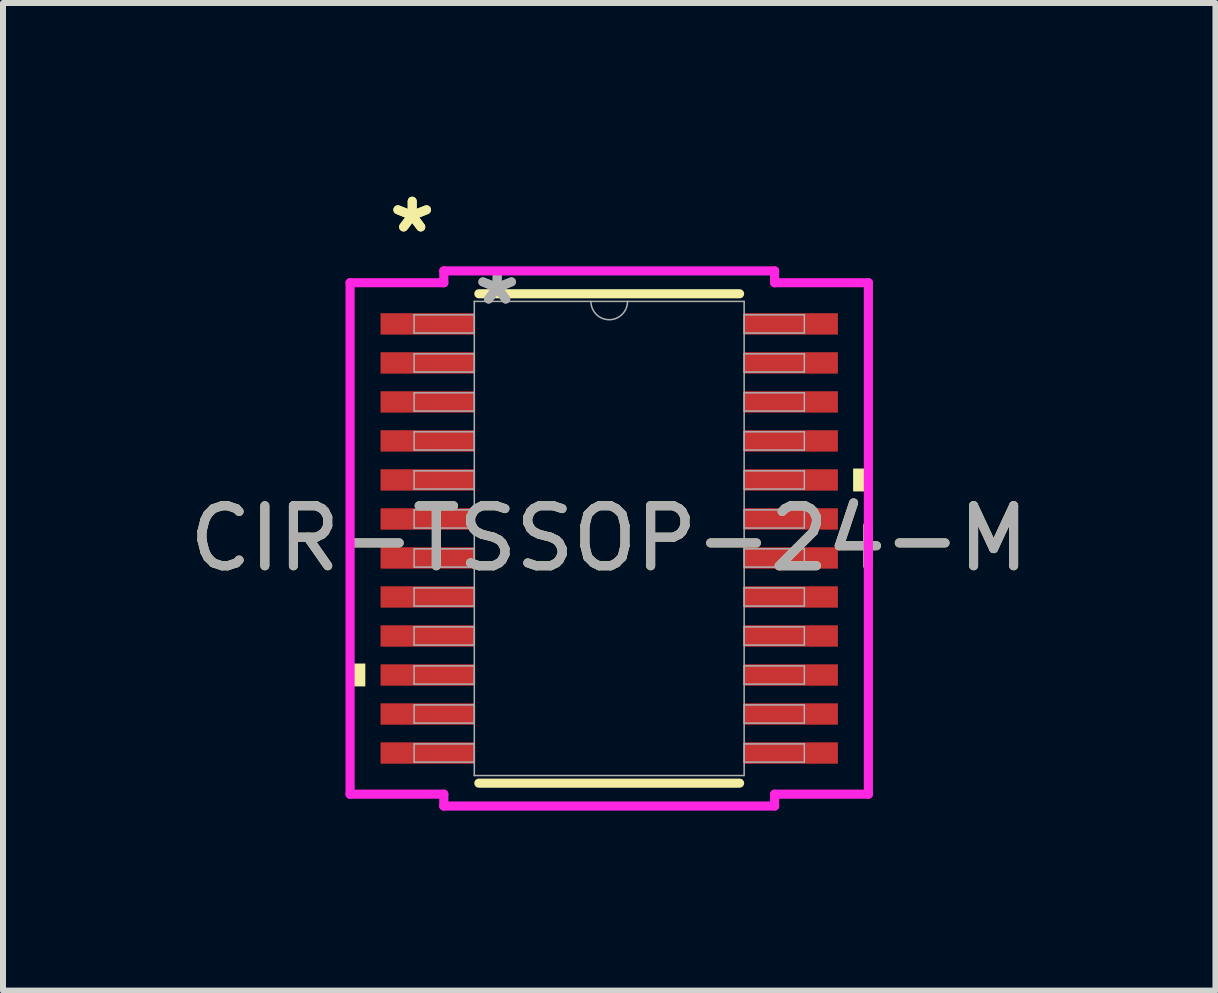
<source format=kicad_pcb>
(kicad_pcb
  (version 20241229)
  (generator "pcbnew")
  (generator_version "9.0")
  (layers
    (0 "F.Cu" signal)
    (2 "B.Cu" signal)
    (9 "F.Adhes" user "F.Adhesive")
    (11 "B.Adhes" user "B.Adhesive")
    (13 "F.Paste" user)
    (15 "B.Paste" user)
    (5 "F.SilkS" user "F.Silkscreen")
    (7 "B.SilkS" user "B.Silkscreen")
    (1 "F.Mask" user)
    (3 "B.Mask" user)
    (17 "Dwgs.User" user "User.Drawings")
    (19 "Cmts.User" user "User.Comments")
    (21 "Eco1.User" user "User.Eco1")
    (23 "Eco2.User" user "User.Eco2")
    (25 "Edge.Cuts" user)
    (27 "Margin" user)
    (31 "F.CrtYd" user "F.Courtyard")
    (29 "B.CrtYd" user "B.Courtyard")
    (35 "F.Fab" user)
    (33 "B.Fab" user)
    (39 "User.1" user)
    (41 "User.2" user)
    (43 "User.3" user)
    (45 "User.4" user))
  (footprint "CIR-TSSOP-24-M"
    (layer "F.Cu")
    (at 7.101 5.922)
    (property "Reference" "CIR-TSSOP-24-M" (at 0 0 0) (unlocked yes) (layer "F.SilkS") (effects (font (size 1 1) (thickness 0.15))))
    (attr smd)
    (fp_line (start -2.172 4.077) (end 2.172 4.077) (stroke (width 0.152) (type solid)) (layer "F.SilkS"))
    (fp_line (start 2.172 -4.077) (end -2.172 -4.077) (stroke (width 0.152) (type solid)) (layer "F.SilkS"))
    (fp_poly (pts (xy -4.318 2.084) (xy -4.318 2.465) (xy -4.064 2.465) (xy -4.064 2.084)) (stroke (width 0) (type solid)) (fill yes) (layer "F.SilkS"))
    (fp_poly (pts (xy 4.318 -1.165) (xy 4.318 -0.784) (xy 4.064 -0.784) (xy 4.064 -1.165)) (stroke (width 0) (type solid)) (fill yes) (layer "F.SilkS"))
    (fp_line (start -4.318 -4.261) (end -2.756 -4.261) (stroke (width 0.152) (type solid)) (layer "F.CrtYd"))
    (fp_line (start -4.318 4.261) (end -4.318 -4.261) (stroke (width 0.152) (type solid)) (layer "F.CrtYd"))
    (fp_line (start -4.318 4.261) (end -2.756 4.261) (stroke (width 0.152) (type solid)) (layer "F.CrtYd"))
    (fp_line (start -2.756 -4.458) (end 2.756 -4.458) (stroke (width 0.152) (type solid)) (layer "F.CrtYd"))
    (fp_line (start -2.756 -4.261) (end -2.756 -4.458) (stroke (width 0.152) (type solid)) (layer "F.CrtYd"))
    (fp_line (start -2.756 4.458) (end -2.756 4.261) (stroke (width 0.152) (type solid)) (layer "F.CrtYd"))
    (fp_line (start 2.756 -4.458) (end 2.756 -4.261) (stroke (width 0.152) (type solid)) (layer "F.CrtYd"))
    (fp_line (start 2.756 4.261) (end 2.756 4.458) (stroke (width 0.152) (type solid)) (layer "F.CrtYd"))
    (fp_line (start 2.756 4.458) (end -2.756 4.458) (stroke (width 0.152) (type solid)) (layer "F.CrtYd"))
    (fp_line (start 4.318 -4.261) (end 2.756 -4.261) (stroke (width 0.152) (type solid)) (layer "F.CrtYd"))
    (fp_line (start 4.318 -4.261) (end 4.318 4.261) (stroke (width 0.152) (type solid)) (layer "F.CrtYd"))
    (fp_line (start 4.318 4.261) (end 2.756 4.261) (stroke (width 0.152) (type solid)) (layer "F.CrtYd"))
    (fp_line (start -3.251 -3.727) (end -3.251 -3.423) (stroke (width 0.025) (type solid)) (layer "F.Fab"))
    (fp_line (start -3.251 -3.423) (end -2.248 -3.423) (stroke (width 0.025) (type solid)) (layer "F.Fab"))
    (fp_line (start -3.251 -3.077) (end -3.251 -2.773) (stroke (width 0.025) (type solid)) (layer "F.Fab"))
    (fp_line (start -3.251 -2.773) (end -2.248 -2.773) (stroke (width 0.025) (type solid)) (layer "F.Fab"))
    (fp_line (start -3.251 -2.427) (end -3.251 -2.123) (stroke (width 0.025) (type solid)) (layer "F.Fab"))
    (fp_line (start -3.251 -2.123) (end -2.248 -2.123) (stroke (width 0.025) (type solid)) (layer "F.Fab"))
    (fp_line (start -3.251 -1.777) (end -3.251 -1.473) (stroke (width 0.025) (type solid)) (layer "F.Fab"))
    (fp_line (start -3.251 -1.473) (end -2.248 -1.473) (stroke (width 0.025) (type solid)) (layer "F.Fab"))
    (fp_line (start -3.251 -1.127) (end -3.251 -0.823) (stroke (width 0.025) (type solid)) (layer "F.Fab"))
    (fp_line (start -3.251 -0.823) (end -2.248 -0.823) (stroke (width 0.025) (type solid)) (layer "F.Fab"))
    (fp_line (start -3.251 -0.477) (end -3.251 -0.173) (stroke (width 0.025) (type solid)) (layer "F.Fab"))
    (fp_line (start -3.251 -0.173) (end -2.248 -0.173) (stroke (width 0.025) (type solid)) (layer "F.Fab"))
    (fp_line (start -3.251 0.173) (end -3.251 0.477) (stroke (width 0.025) (type solid)) (layer "F.Fab"))
    (fp_line (start -3.251 0.477) (end -2.248 0.477) (stroke (width 0.025) (type solid)) (layer "F.Fab"))
    (fp_line (start -3.251 0.823) (end -3.251 1.127) (stroke (width 0.025) (type solid)) (layer "F.Fab"))
    (fp_line (start -3.251 1.127) (end -2.248 1.127) (stroke (width 0.025) (type solid)) (layer "F.Fab"))
    (fp_line (start -3.251 1.473) (end -3.251 1.777) (stroke (width 0.025) (type solid)) (layer "F.Fab"))
    (fp_line (start -3.251 1.777) (end -2.248 1.777) (stroke (width 0.025) (type solid)) (layer "F.Fab"))
    (fp_line (start -3.251 2.123) (end -3.251 2.427) (stroke (width 0.025) (type solid)) (layer "F.Fab"))
    (fp_line (start -3.251 2.427) (end -2.248 2.427) (stroke (width 0.025) (type solid)) (layer "F.Fab"))
    (fp_line (start -3.251 2.773) (end -3.251 3.077) (stroke (width 0.025) (type solid)) (layer "F.Fab"))
    (fp_line (start -3.251 3.077) (end -2.248 3.077) (stroke (width 0.025) (type solid)) (layer "F.Fab"))
    (fp_line (start -3.251 3.423) (end -3.251 3.727) (stroke (width 0.025) (type solid)) (layer "F.Fab"))
    (fp_line (start -3.251 3.727) (end -2.248 3.727) (stroke (width 0.025) (type solid)) (layer "F.Fab"))
    (fp_line (start -2.248 -3.95) (end -2.248 3.95) (stroke (width 0.025) (type solid)) (layer "F.Fab"))
    (fp_line (start -2.248 -3.727) (end -3.251 -3.727) (stroke (width 0.025) (type solid)) (layer "F.Fab"))
    (fp_line (start -2.248 -3.423) (end -2.248 -3.727) (stroke (width 0.025) (type solid)) (layer "F.Fab"))
    (fp_line (start -2.248 -3.077) (end -3.251 -3.077) (stroke (width 0.025) (type solid)) (layer "F.Fab"))
    (fp_line (start -2.248 -2.773) (end -2.248 -3.077) (stroke (width 0.025) (type solid)) (layer "F.Fab"))
    (fp_line (start -2.248 -2.427) (end -3.251 -2.427) (stroke (width 0.025) (type solid)) (layer "F.Fab"))
    (fp_line (start -2.248 -2.123) (end -2.248 -2.427) (stroke (width 0.025) (type solid)) (layer "F.Fab"))
    (fp_line (start -2.248 -1.777) (end -3.251 -1.777) (stroke (width 0.025) (type solid)) (layer "F.Fab"))
    (fp_line (start -2.248 -1.473) (end -2.248 -1.777) (stroke (width 0.025) (type solid)) (layer "F.Fab"))
    (fp_line (start -2.248 -1.127) (end -3.251 -1.127) (stroke (width 0.025) (type solid)) (layer "F.Fab"))
    (fp_line (start -2.248 -0.823) (end -2.248 -1.127) (stroke (width 0.025) (type solid)) (layer "F.Fab"))
    (fp_line (start -2.248 -0.477) (end -3.251 -0.477) (stroke (width 0.025) (type solid)) (layer "F.Fab"))
    (fp_line (start -2.248 -0.173) (end -2.248 -0.477) (stroke (width 0.025) (type solid)) (layer "F.Fab"))
    (fp_line (start -2.248 0.173) (end -3.251 0.173) (stroke (width 0.025) (type solid)) (layer "F.Fab"))
    (fp_line (start -2.248 0.477) (end -2.248 0.173) (stroke (width 0.025) (type solid)) (layer "F.Fab"))
    (fp_line (start -2.248 0.823) (end -3.251 0.823) (stroke (width 0.025) (type solid)) (layer "F.Fab"))
    (fp_line (start -2.248 1.127) (end -2.248 0.823) (stroke (width 0.025) (type solid)) (layer "F.Fab"))
    (fp_line (start -2.248 1.473) (end -3.251 1.473) (stroke (width 0.025) (type solid)) (layer "F.Fab"))
    (fp_line (start -2.248 1.777) (end -2.248 1.473) (stroke (width 0.025) (type solid)) (layer "F.Fab"))
    (fp_line (start -2.248 2.123) (end -3.251 2.123) (stroke (width 0.025) (type solid)) (layer "F.Fab"))
    (fp_line (start -2.248 2.427) (end -2.248 2.123) (stroke (width 0.025) (type solid)) (layer "F.Fab"))
    (fp_line (start -2.248 2.773) (end -3.251 2.773) (stroke (width 0.025) (type solid)) (layer "F.Fab"))
    (fp_line (start -2.248 3.077) (end -2.248 2.773) (stroke (width 0.025) (type solid)) (layer "F.Fab"))
    (fp_line (start -2.248 3.423) (end -3.251 3.423) (stroke (width 0.025) (type solid)) (layer "F.Fab"))
    (fp_line (start -2.248 3.727) (end -2.248 3.423) (stroke (width 0.025) (type solid)) (layer "F.Fab"))
    (fp_line (start -2.248 3.95) (end 2.248 3.95) (stroke (width 0.025) (type solid)) (layer "F.Fab"))
    (fp_line (start 2.248 -3.95) (end -2.248 -3.95) (stroke (width 0.025) (type solid)) (layer "F.Fab"))
    (fp_line (start 2.248 -3.727) (end 2.248 -3.423) (stroke (width 0.025) (type solid)) (layer "F.Fab"))
    (fp_line (start 2.248 -3.423) (end 3.251 -3.423) (stroke (width 0.025) (type solid)) (layer "F.Fab"))
    (fp_line (start 2.248 -3.077) (end 2.248 -2.773) (stroke (width 0.025) (type solid)) (layer "F.Fab"))
    (fp_line (start 2.248 -2.773) (end 3.251 -2.773) (stroke (width 0.025) (type solid)) (layer "F.Fab"))
    (fp_line (start 2.248 -2.427) (end 2.248 -2.123) (stroke (width 0.025) (type solid)) (layer "F.Fab"))
    (fp_line (start 2.248 -2.123) (end 3.251 -2.123) (stroke (width 0.025) (type solid)) (layer "F.Fab"))
    (fp_line (start 2.248 -1.777) (end 2.248 -1.473) (stroke (width 0.025) (type solid)) (layer "F.Fab"))
    (fp_line (start 2.248 -1.473) (end 3.251 -1.473) (stroke (width 0.025) (type solid)) (layer "F.Fab"))
    (fp_line (start 2.248 -1.127) (end 2.248 -0.823) (stroke (width 0.025) (type solid)) (layer "F.Fab"))
    (fp_line (start 2.248 -0.823) (end 3.251 -0.823) (stroke (width 0.025) (type solid)) (layer "F.Fab"))
    (fp_line (start 2.248 -0.477) (end 2.248 -0.173) (stroke (width 0.025) (type solid)) (layer "F.Fab"))
    (fp_line (start 2.248 -0.173) (end 3.251 -0.173) (stroke (width 0.025) (type solid)) (layer "F.Fab"))
    (fp_line (start 2.248 0.173) (end 2.248 0.477) (stroke (width 0.025) (type solid)) (layer "F.Fab"))
    (fp_line (start 2.248 0.477) (end 3.251 0.477) (stroke (width 0.025) (type solid)) (layer "F.Fab"))
    (fp_line (start 2.248 0.823) (end 2.248 1.127) (stroke (width 0.025) (type solid)) (layer "F.Fab"))
    (fp_line (start 2.248 1.127) (end 3.251 1.127) (stroke (width 0.025) (type solid)) (layer "F.Fab"))
    (fp_line (start 2.248 1.473) (end 2.248 1.777) (stroke (width 0.025) (type solid)) (layer "F.Fab"))
    (fp_line (start 2.248 1.777) (end 3.251 1.777) (stroke (width 0.025) (type solid)) (layer "F.Fab"))
    (fp_line (start 2.248 2.123) (end 2.248 2.427) (stroke (width 0.025) (type solid)) (layer "F.Fab"))
    (fp_line (start 2.248 2.427) (end 3.251 2.427) (stroke (width 0.025) (type solid)) (layer "F.Fab"))
    (fp_line (start 2.248 2.773) (end 2.248 3.077) (stroke (width 0.025) (type solid)) (layer "F.Fab"))
    (fp_line (start 2.248 3.077) (end 3.251 3.077) (stroke (width 0.025) (type solid)) (layer "F.Fab"))
    (fp_line (start 2.248 3.423) (end 2.248 3.727) (stroke (width 0.025) (type solid)) (layer "F.Fab"))
    (fp_line (start 2.248 3.727) (end 3.251 3.727) (stroke (width 0.025) (type solid)) (layer "F.Fab"))
    (fp_line (start 2.248 3.95) (end 2.248 -3.95) (stroke (width 0.025) (type solid)) (layer "F.Fab"))
    (fp_line (start 3.251 -3.727) (end 2.248 -3.727) (stroke (width 0.025) (type solid)) (layer "F.Fab"))
    (fp_line (start 3.251 -3.423) (end 3.251 -3.727) (stroke (width 0.025) (type solid)) (layer "F.Fab"))
    (fp_line (start 3.251 -3.077) (end 2.248 -3.077) (stroke (width 0.025) (type solid)) (layer "F.Fab"))
    (fp_line (start 3.251 -2.773) (end 3.251 -3.077) (stroke (width 0.025) (type solid)) (layer "F.Fab"))
    (fp_line (start 3.251 -2.427) (end 2.248 -2.427) (stroke (width 0.025) (type solid)) (layer "F.Fab"))
    (fp_line (start 3.251 -2.123) (end 3.251 -2.427) (stroke (width 0.025) (type solid)) (layer "F.Fab"))
    (fp_line (start 3.251 -1.777) (end 2.248 -1.777) (stroke (width 0.025) (type solid)) (layer "F.Fab"))
    (fp_line (start 3.251 -1.473) (end 3.251 -1.777) (stroke (width 0.025) (type solid)) (layer "F.Fab"))
    (fp_line (start 3.251 -1.127) (end 2.248 -1.127) (stroke (width 0.025) (type solid)) (layer "F.Fab"))
    (fp_line (start 3.251 -0.823) (end 3.251 -1.127) (stroke (width 0.025) (type solid)) (layer "F.Fab"))
    (fp_line (start 3.251 -0.477) (end 2.248 -0.477) (stroke (width 0.025) (type solid)) (layer "F.Fab"))
    (fp_line (start 3.251 -0.173) (end 3.251 -0.477) (stroke (width 0.025) (type solid)) (layer "F.Fab"))
    (fp_line (start 3.251 0.173) (end 2.248 0.173) (stroke (width 0.025) (type solid)) (layer "F.Fab"))
    (fp_line (start 3.251 0.477) (end 3.251 0.173) (stroke (width 0.025) (type solid)) (layer "F.Fab"))
    (fp_line (start 3.251 0.823) (end 2.248 0.823) (stroke (width 0.025) (type solid)) (layer "F.Fab"))
    (fp_line (start 3.251 1.127) (end 3.251 0.823) (stroke (width 0.025) (type solid)) (layer "F.Fab"))
    (fp_line (start 3.251 1.473) (end 2.248 1.473) (stroke (width 0.025) (type solid)) (layer "F.Fab"))
    (fp_line (start 3.251 1.777) (end 3.251 1.473) (stroke (width 0.025) (type solid)) (layer "F.Fab"))
    (fp_line (start 3.251 2.123) (end 2.248 2.123) (stroke (width 0.025) (type solid)) (layer "F.Fab"))
    (fp_line (start 3.251 2.427) (end 3.251 2.123) (stroke (width 0.025) (type solid)) (layer "F.Fab"))
    (fp_line (start 3.251 2.773) (end 2.248 2.773) (stroke (width 0.025) (type solid)) (layer "F.Fab"))
    (fp_line (start 3.251 3.077) (end 3.251 2.773) (stroke (width 0.025) (type solid)) (layer "F.Fab"))
    (fp_line (start 3.251 3.423) (end 2.248 3.423) (stroke (width 0.025) (type solid)) (layer "F.Fab"))
    (fp_line (start 3.251 3.727) (end 3.251 3.423) (stroke (width 0.025) (type solid)) (layer "F.Fab"))
    (fp_arc (start 0.3048 -3.9497) (mid 0 -3.6449) (end -0.3048 -3.9497) (stroke (width 0.0254) (type solid)) (layer "F.Fab"))
    (fp_text user "*" (at -3.283 -5.074 0) (layer "F.SilkS") (effects (font (size 1 1) (thickness 0.15))))
    (fp_text user "*" (at -3.283 -5.074 0) (unlocked yes) (layer "F.SilkS") (effects (font (size 1 1) (thickness 0.15))))
    (fp_text user "${REFERENCE}" (at 0 0 0) (unlocked yes) (layer "F.Fab") (effects (font (size 1 1) (thickness 0.15))))
    (fp_text user "*" (at -1.867 -3.873 0) (layer "F.Fab") (effects (font (size 1 1) (thickness 0.15))))
    (fp_text user "*" (at -1.867 -3.873 0) (unlocked yes) (layer "F.Fab") (effects (font (size 1 1) (thickness 0.15))))
    (pad "1" smd rect (at -3.029 -3.575) (size 1.562 0.356) (layers "F.Cu" "F.Mask" "F.Paste"))
    (pad "2" smd rect (at -3.029 -2.925) (size 1.562 0.356) (layers "F.Cu" "F.Mask" "F.Paste"))
    (pad "3" smd rect (at -3.029 -2.275) (size 1.562 0.356) (layers "F.Cu" "F.Mask" "F.Paste"))
    (pad "4" smd rect (at -3.029 -1.625) (size 1.562 0.356) (layers "F.Cu" "F.Mask" "F.Paste"))
    (pad "5" smd rect (at -3.029 -0.975) (size 1.562 0.356) (layers "F.Cu" "F.Mask" "F.Paste"))
    (pad "6" smd rect (at -3.029 -0.325) (size 1.562 0.356) (layers "F.Cu" "F.Mask" "F.Paste"))
    (pad "7" smd rect (at -3.029 0.325) (size 1.562 0.356) (layers "F.Cu" "F.Mask" "F.Paste"))
    (pad "8" smd rect (at -3.029 0.975) (size 1.562 0.356) (layers "F.Cu" "F.Mask" "F.Paste"))
    (pad "9" smd rect (at -3.029 1.625) (size 1.562 0.356) (layers "F.Cu" "F.Mask" "F.Paste"))
    (pad "10" smd rect (at -3.029 2.275) (size 1.562 0.356) (layers "F.Cu" "F.Mask" "F.Paste"))
    (pad "11" smd rect (at -3.029 2.925) (size 1.562 0.356) (layers "F.Cu" "F.Mask" "F.Paste"))
    (pad "12" smd rect (at -3.029 3.575) (size 1.562 0.356) (layers "F.Cu" "F.Mask" "F.Paste"))
    (pad "13" smd rect (at 3.029 3.575) (size 1.562 0.356) (layers "F.Cu" "F.Mask" "F.Paste"))
    (pad "14" smd rect (at 3.029 2.925) (size 1.562 0.356) (layers "F.Cu" "F.Mask" "F.Paste"))
    (pad "15" smd rect (at 3.029 2.275) (size 1.562 0.356) (layers "F.Cu" "F.Mask" "F.Paste"))
    (pad "16" smd rect (at 3.029 1.625) (size 1.562 0.356) (layers "F.Cu" "F.Mask" "F.Paste"))
    (pad "17" smd rect (at 3.029 0.975) (size 1.562 0.356) (layers "F.Cu" "F.Mask" "F.Paste"))
    (pad "18" smd rect (at 3.029 0.325) (size 1.562 0.356) (layers "F.Cu" "F.Mask" "F.Paste"))
    (pad "19" smd rect (at 3.029 -0.325) (size 1.562 0.356) (layers "F.Cu" "F.Mask" "F.Paste"))
    (pad "20" smd rect (at 3.029 -0.975) (size 1.562 0.356) (layers "F.Cu" "F.Mask" "F.Paste"))
    (pad "21" smd rect (at 3.029 -1.625) (size 1.562 0.356) (layers "F.Cu" "F.Mask" "F.Paste"))
    (pad "22" smd rect (at 3.029 -2.275) (size 1.562 0.356) (layers "F.Cu" "F.Mask" "F.Paste"))
    (pad "23" smd rect (at 3.029 -2.925) (size 1.562 0.356) (layers "F.Cu" "F.Mask" "F.Paste"))
    (pad "24" smd rect (at 3.029 -3.575) (size 1.562 0.356) (layers "F.Cu" "F.Mask" "F.Paste")))
  (gr_rect
    (start -3 -3)
    (end 17.202 13.456)
    (stroke (width 0.1) (type default))
    (fill no)
    (layer "Edge.Cuts")))
</source>
